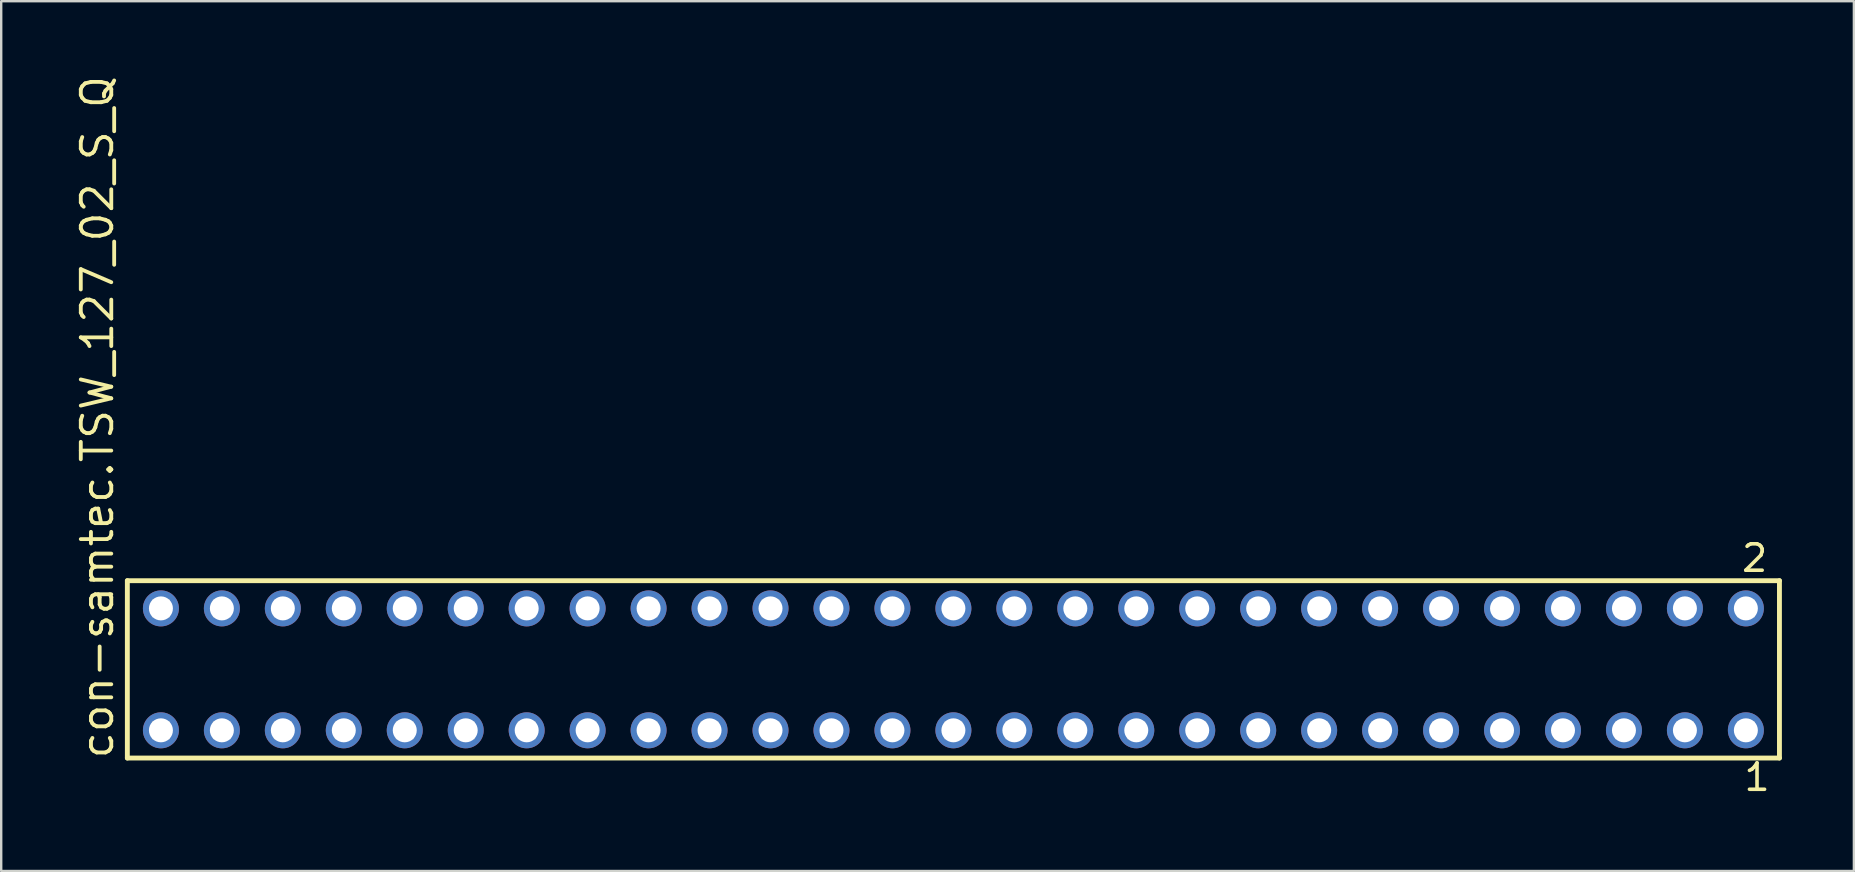
<source format=kicad_pcb>
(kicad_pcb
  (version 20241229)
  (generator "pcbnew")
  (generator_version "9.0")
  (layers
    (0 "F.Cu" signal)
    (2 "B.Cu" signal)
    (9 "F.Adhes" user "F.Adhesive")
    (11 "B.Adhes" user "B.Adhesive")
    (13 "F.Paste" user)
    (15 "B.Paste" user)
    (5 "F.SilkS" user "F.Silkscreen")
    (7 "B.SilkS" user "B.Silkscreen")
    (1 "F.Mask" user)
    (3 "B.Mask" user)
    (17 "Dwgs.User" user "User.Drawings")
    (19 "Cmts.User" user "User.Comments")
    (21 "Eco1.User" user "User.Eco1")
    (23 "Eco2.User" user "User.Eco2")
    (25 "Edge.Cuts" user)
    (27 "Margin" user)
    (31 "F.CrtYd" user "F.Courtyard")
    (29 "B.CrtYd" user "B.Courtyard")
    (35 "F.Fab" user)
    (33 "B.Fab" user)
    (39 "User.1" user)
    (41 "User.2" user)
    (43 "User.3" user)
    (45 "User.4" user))
  (footprint "con-samtec.TSW_127_02_S_Q"
    (layer "F.Cu")
    (at 36.675 24.84)
    (property "Reference" "con-samtec.TSW_127_02_S_Q" (at -34.925 3.81 90) (layer "F.SilkS") (effects (font (size 1.27 1.27) (thickness 0.16)) (justify left bottom)))
    (attr through_hole)
    (fp_line (start -34.419 -3.695) (end 34.419 -3.695) (stroke (width 0.203) (type default)) (layer "F.SilkS"))
    (fp_line (start -34.419 3.695) (end -34.419 -3.695) (stroke (width 0.203) (type default)) (layer "F.SilkS"))
    (fp_line (start 34.419 -3.695) (end 34.419 3.695) (stroke (width 0.203) (type default)) (layer "F.SilkS"))
    (fp_line (start 34.419 3.695) (end -34.419 3.695) (stroke (width 0.203) (type default)) (layer "F.SilkS"))
    (fp_rect (start -33.37 -2.19) (end -32.67 -2.89) (stroke (width 0.05) (type default)) (fill no) (layer "F.Fab"))
    (fp_rect (start -33.37 2.89) (end -32.67 2.19) (stroke (width 0.05) (type default)) (fill no) (layer "F.Fab"))
    (fp_rect (start -30.83 -2.19) (end -30.13 -2.89) (stroke (width 0.05) (type default)) (fill no) (layer "F.Fab"))
    (fp_rect (start -30.83 2.89) (end -30.13 2.19) (stroke (width 0.05) (type default)) (fill no) (layer "F.Fab"))
    (fp_rect (start -28.29 -2.19) (end -27.59 -2.89) (stroke (width 0.05) (type default)) (fill no) (layer "F.Fab"))
    (fp_rect (start -28.29 2.89) (end -27.59 2.19) (stroke (width 0.05) (type default)) (fill no) (layer "F.Fab"))
    (fp_rect (start -25.75 -2.19) (end -25.05 -2.89) (stroke (width 0.05) (type default)) (fill no) (layer "F.Fab"))
    (fp_rect (start -25.75 2.89) (end -25.05 2.19) (stroke (width 0.05) (type default)) (fill no) (layer "F.Fab"))
    (fp_rect (start -23.21 -2.19) (end -22.51 -2.89) (stroke (width 0.05) (type default)) (fill no) (layer "F.Fab"))
    (fp_rect (start -23.21 2.89) (end -22.51 2.19) (stroke (width 0.05) (type default)) (fill no) (layer "F.Fab"))
    (fp_rect (start -20.67 -2.19) (end -19.97 -2.89) (stroke (width 0.05) (type default)) (fill no) (layer "F.Fab"))
    (fp_rect (start -20.67 2.89) (end -19.97 2.19) (stroke (width 0.05) (type default)) (fill no) (layer "F.Fab"))
    (fp_rect (start -18.13 -2.19) (end -17.43 -2.89) (stroke (width 0.05) (type default)) (fill no) (layer "F.Fab"))
    (fp_rect (start -18.13 2.89) (end -17.43 2.19) (stroke (width 0.05) (type default)) (fill no) (layer "F.Fab"))
    (fp_rect (start -15.59 -2.19) (end -14.89 -2.89) (stroke (width 0.05) (type default)) (fill no) (layer "F.Fab"))
    (fp_rect (start -15.59 2.89) (end -14.89 2.19) (stroke (width 0.05) (type default)) (fill no) (layer "F.Fab"))
    (fp_rect (start -13.05 -2.19) (end -12.35 -2.89) (stroke (width 0.05) (type default)) (fill no) (layer "F.Fab"))
    (fp_rect (start -13.05 2.89) (end -12.35 2.19) (stroke (width 0.05) (type default)) (fill no) (layer "F.Fab"))
    (fp_rect (start -10.51 -2.19) (end -9.81 -2.89) (stroke (width 0.05) (type default)) (fill no) (layer "F.Fab"))
    (fp_rect (start -10.51 2.89) (end -9.81 2.19) (stroke (width 0.05) (type default)) (fill no) (layer "F.Fab"))
    (fp_rect (start -7.97 -2.19) (end -7.27 -2.89) (stroke (width 0.05) (type default)) (fill no) (layer "F.Fab"))
    (fp_rect (start -7.97 2.89) (end -7.27 2.19) (stroke (width 0.05) (type default)) (fill no) (layer "F.Fab"))
    (fp_rect (start -5.43 -2.19) (end -4.73 -2.89) (stroke (width 0.05) (type default)) (fill no) (layer "F.Fab"))
    (fp_rect (start -5.43 2.89) (end -4.73 2.19) (stroke (width 0.05) (type default)) (fill no) (layer "F.Fab"))
    (fp_rect (start -2.89 -2.19) (end -2.19 -2.89) (stroke (width 0.05) (type default)) (fill no) (layer "F.Fab"))
    (fp_rect (start -2.89 2.89) (end -2.19 2.19) (stroke (width 0.05) (type default)) (fill no) (layer "F.Fab"))
    (fp_rect (start -0.35 -2.19) (end 0.35 -2.89) (stroke (width 0.05) (type default)) (fill no) (layer "F.Fab"))
    (fp_rect (start -0.35 2.89) (end 0.35 2.19) (stroke (width 0.05) (type default)) (fill no) (layer "F.Fab"))
    (fp_rect (start 2.19 -2.19) (end 2.89 -2.89) (stroke (width 0.05) (type default)) (fill no) (layer "F.Fab"))
    (fp_rect (start 2.19 2.89) (end 2.89 2.19) (stroke (width 0.05) (type default)) (fill no) (layer "F.Fab"))
    (fp_rect (start 4.73 -2.19) (end 5.43 -2.89) (stroke (width 0.05) (type default)) (fill no) (layer "F.Fab"))
    (fp_rect (start 4.73 2.89) (end 5.43 2.19) (stroke (width 0.05) (type default)) (fill no) (layer "F.Fab"))
    (fp_rect (start 7.27 -2.19) (end 7.97 -2.89) (stroke (width 0.05) (type default)) (fill no) (layer "F.Fab"))
    (fp_rect (start 7.27 2.89) (end 7.97 2.19) (stroke (width 0.05) (type default)) (fill no) (layer "F.Fab"))
    (fp_rect (start 9.81 -2.19) (end 10.51 -2.89) (stroke (width 0.05) (type default)) (fill no) (layer "F.Fab"))
    (fp_rect (start 9.81 2.89) (end 10.51 2.19) (stroke (width 0.05) (type default)) (fill no) (layer "F.Fab"))
    (fp_rect (start 12.35 -2.19) (end 13.05 -2.89) (stroke (width 0.05) (type default)) (fill no) (layer "F.Fab"))
    (fp_rect (start 12.35 2.89) (end 13.05 2.19) (stroke (width 0.05) (type default)) (fill no) (layer "F.Fab"))
    (fp_rect (start 14.89 -2.19) (end 15.59 -2.89) (stroke (width 0.05) (type default)) (fill no) (layer "F.Fab"))
    (fp_rect (start 14.89 2.89) (end 15.59 2.19) (stroke (width 0.05) (type default)) (fill no) (layer "F.Fab"))
    (fp_rect (start 17.43 -2.19) (end 18.13 -2.89) (stroke (width 0.05) (type default)) (fill no) (layer "F.Fab"))
    (fp_rect (start 17.43 2.89) (end 18.13 2.19) (stroke (width 0.05) (type default)) (fill no) (layer "F.Fab"))
    (fp_rect (start 19.97 -2.19) (end 20.67 -2.89) (stroke (width 0.05) (type default)) (fill no) (layer "F.Fab"))
    (fp_rect (start 19.97 2.89) (end 20.67 2.19) (stroke (width 0.05) (type default)) (fill no) (layer "F.Fab"))
    (fp_rect (start 22.51 -2.19) (end 23.21 -2.89) (stroke (width 0.05) (type default)) (fill no) (layer "F.Fab"))
    (fp_rect (start 22.51 2.89) (end 23.21 2.19) (stroke (width 0.05) (type default)) (fill no) (layer "F.Fab"))
    (fp_rect (start 25.05 -2.19) (end 25.75 -2.89) (stroke (width 0.05) (type default)) (fill no) (layer "F.Fab"))
    (fp_rect (start 25.05 2.89) (end 25.75 2.19) (stroke (width 0.05) (type default)) (fill no) (layer "F.Fab"))
    (fp_rect (start 27.59 -2.19) (end 28.29 -2.89) (stroke (width 0.05) (type default)) (fill no) (layer "F.Fab"))
    (fp_rect (start 27.59 2.89) (end 28.29 2.19) (stroke (width 0.05) (type default)) (fill no) (layer "F.Fab"))
    (fp_rect (start 30.13 -2.19) (end 30.83 -2.89) (stroke (width 0.05) (type default)) (fill no) (layer "F.Fab"))
    (fp_rect (start 30.13 2.89) (end 30.83 2.19) (stroke (width 0.05) (type default)) (fill no) (layer "F.Fab"))
    (fp_rect (start 32.67 -2.19) (end 33.37 -2.89) (stroke (width 0.05) (type default)) (fill no) (layer "F.Fab"))
    (fp_rect (start 32.67 2.89) (end 33.37 2.19) (stroke (width 0.05) (type default)) (fill no) (layer "F.Fab"))
    (fp_text user "1" (at 32.862 5.138 0) (layer "F.SilkS") (effects (font (size 1.1 1.1) (thickness 0.15)) (justify left bottom)))
    (fp_text user "2" (at 32.762 -3.989 0) (layer "F.SilkS") (effects (font (size 1.1 1.1) (thickness 0.15)) (justify left bottom)))
    (pad "1" thru_hole circle (at 33.02 2.54 180) (size 1.5 1.5) (drill 1) (layers "*.Cu" "*.Mask"))
    (pad "2" thru_hole circle (at 33.02 -2.54 180) (size 1.5 1.5) (drill 1) (layers "*.Cu" "*.Mask"))
    (pad "3" thru_hole circle (at 30.48 2.54 180) (size 1.5 1.5) (drill 1) (layers "*.Cu" "*.Mask"))
    (pad "4" thru_hole circle (at 30.48 -2.54 180) (size 1.5 1.5) (drill 1) (layers "*.Cu" "*.Mask"))
    (pad "5" thru_hole circle (at 27.94 2.54 180) (size 1.5 1.5) (drill 1) (layers "*.Cu" "*.Mask"))
    (pad "6" thru_hole circle (at 27.94 -2.54 180) (size 1.5 1.5) (drill 1) (layers "*.Cu" "*.Mask"))
    (pad "7" thru_hole circle (at 25.4 2.54 180) (size 1.5 1.5) (drill 1) (layers "*.Cu" "*.Mask"))
    (pad "8" thru_hole circle (at 25.4 -2.54 180) (size 1.5 1.5) (drill 1) (layers "*.Cu" "*.Mask"))
    (pad "9" thru_hole circle (at 22.86 2.54 180) (size 1.5 1.5) (drill 1) (layers "*.Cu" "*.Mask"))
    (pad "10" thru_hole circle (at 22.86 -2.54 180) (size 1.5 1.5) (drill 1) (layers "*.Cu" "*.Mask"))
    (pad "11" thru_hole circle (at 20.32 2.54 180) (size 1.5 1.5) (drill 1) (layers "*.Cu" "*.Mask"))
    (pad "12" thru_hole circle (at 20.32 -2.54 180) (size 1.5 1.5) (drill 1) (layers "*.Cu" "*.Mask"))
    (pad "13" thru_hole circle (at 17.78 2.54 180) (size 1.5 1.5) (drill 1) (layers "*.Cu" "*.Mask"))
    (pad "14" thru_hole circle (at 17.78 -2.54 180) (size 1.5 1.5) (drill 1) (layers "*.Cu" "*.Mask"))
    (pad "15" thru_hole circle (at 15.24 2.54 180) (size 1.5 1.5) (drill 1) (layers "*.Cu" "*.Mask"))
    (pad "16" thru_hole circle (at 15.24 -2.54 180) (size 1.5 1.5) (drill 1) (layers "*.Cu" "*.Mask"))
    (pad "17" thru_hole circle (at 12.7 2.54 180) (size 1.5 1.5) (drill 1) (layers "*.Cu" "*.Mask"))
    (pad "18" thru_hole circle (at 12.7 -2.54 180) (size 1.5 1.5) (drill 1) (layers "*.Cu" "*.Mask"))
    (pad "19" thru_hole circle (at 10.16 2.54 180) (size 1.5 1.5) (drill 1) (layers "*.Cu" "*.Mask"))
    (pad "20" thru_hole circle (at 10.16 -2.54 180) (size 1.5 1.5) (drill 1) (layers "*.Cu" "*.Mask"))
    (pad "21" thru_hole circle (at 7.62 2.54 180) (size 1.5 1.5) (drill 1) (layers "*.Cu" "*.Mask"))
    (pad "22" thru_hole circle (at 7.62 -2.54 180) (size 1.5 1.5) (drill 1) (layers "*.Cu" "*.Mask"))
    (pad "23" thru_hole circle (at 5.08 2.54 180) (size 1.5 1.5) (drill 1) (layers "*.Cu" "*.Mask"))
    (pad "24" thru_hole circle (at 5.08 -2.54 180) (size 1.5 1.5) (drill 1) (layers "*.Cu" "*.Mask"))
    (pad "25" thru_hole circle (at 2.54 2.54 180) (size 1.5 1.5) (drill 1) (layers "*.Cu" "*.Mask"))
    (pad "26" thru_hole circle (at 2.54 -2.54 180) (size 1.5 1.5) (drill 1) (layers "*.Cu" "*.Mask"))
    (pad "27" thru_hole circle (at 0 2.54 180) (size 1.5 1.5) (drill 1) (layers "*.Cu" "*.Mask"))
    (pad "28" thru_hole circle (at 0 -2.54 180) (size 1.5 1.5) (drill 1) (layers "*.Cu" "*.Mask"))
    (pad "29" thru_hole circle (at -2.54 2.54 180) (size 1.5 1.5) (drill 1) (layers "*.Cu" "*.Mask"))
    (pad "30" thru_hole circle (at -2.54 -2.54 180) (size 1.5 1.5) (drill 1) (layers "*.Cu" "*.Mask"))
    (pad "31" thru_hole circle (at -5.08 2.54 180) (size 1.5 1.5) (drill 1) (layers "*.Cu" "*.Mask"))
    (pad "32" thru_hole circle (at -5.08 -2.54 180) (size 1.5 1.5) (drill 1) (layers "*.Cu" "*.Mask"))
    (pad "33" thru_hole circle (at -7.62 2.54 180) (size 1.5 1.5) (drill 1) (layers "*.Cu" "*.Mask"))
    (pad "34" thru_hole circle (at -7.62 -2.54 180) (size 1.5 1.5) (drill 1) (layers "*.Cu" "*.Mask"))
    (pad "35" thru_hole circle (at -10.16 2.54 180) (size 1.5 1.5) (drill 1) (layers "*.Cu" "*.Mask"))
    (pad "36" thru_hole circle (at -10.16 -2.54 180) (size 1.5 1.5) (drill 1) (layers "*.Cu" "*.Mask"))
    (pad "37" thru_hole circle (at -12.7 2.54 180) (size 1.5 1.5) (drill 1) (layers "*.Cu" "*.Mask"))
    (pad "38" thru_hole circle (at -12.7 -2.54 180) (size 1.5 1.5) (drill 1) (layers "*.Cu" "*.Mask"))
    (pad "39" thru_hole circle (at -15.24 2.54 180) (size 1.5 1.5) (drill 1) (layers "*.Cu" "*.Mask"))
    (pad "40" thru_hole circle (at -15.24 -2.54 180) (size 1.5 1.5) (drill 1) (layers "*.Cu" "*.Mask"))
    (pad "41" thru_hole circle (at -17.78 2.54 180) (size 1.5 1.5) (drill 1) (layers "*.Cu" "*.Mask"))
    (pad "42" thru_hole circle (at -17.78 -2.54 180) (size 1.5 1.5) (drill 1) (layers "*.Cu" "*.Mask"))
    (pad "43" thru_hole circle (at -20.32 2.54 180) (size 1.5 1.5) (drill 1) (layers "*.Cu" "*.Mask"))
    (pad "44" thru_hole circle (at -20.32 -2.54 180) (size 1.5 1.5) (drill 1) (layers "*.Cu" "*.Mask"))
    (pad "45" thru_hole circle (at -22.86 2.54 180) (size 1.5 1.5) (drill 1) (layers "*.Cu" "*.Mask"))
    (pad "46" thru_hole circle (at -22.86 -2.54 180) (size 1.5 1.5) (drill 1) (layers "*.Cu" "*.Mask"))
    (pad "47" thru_hole circle (at -25.4 2.54 180) (size 1.5 1.5) (drill 1) (layers "*.Cu" "*.Mask"))
    (pad "48" thru_hole circle (at -25.4 -2.54 180) (size 1.5 1.5) (drill 1) (layers "*.Cu" "*.Mask"))
    (pad "49" thru_hole circle (at -27.94 2.54 180) (size 1.5 1.5) (drill 1) (layers "*.Cu" "*.Mask"))
    (pad "50" thru_hole circle (at -27.94 -2.54 180) (size 1.5 1.5) (drill 1) (layers "*.Cu" "*.Mask"))
    (pad "51" thru_hole circle (at -30.48 2.54 180) (size 1.5 1.5) (drill 1) (layers "*.Cu" "*.Mask"))
    (pad "52" thru_hole circle (at -30.48 -2.54 180) (size 1.5 1.5) (drill 1) (layers "*.Cu" "*.Mask"))
    (pad "53" thru_hole circle (at -33.02 2.54 180) (size 1.5 1.5) (drill 1) (layers "*.Cu" "*.Mask"))
    (pad "54" thru_hole circle (at -33.02 -2.54 180) (size 1.5 1.5) (drill 1) (layers "*.Cu" "*.Mask")))
  (gr_rect
    (start -3 -3)
    (end 74.196 33.241)
    (stroke (width 0.1) (type default))
    (fill no)
    (layer "Edge.Cuts")))
</source>
